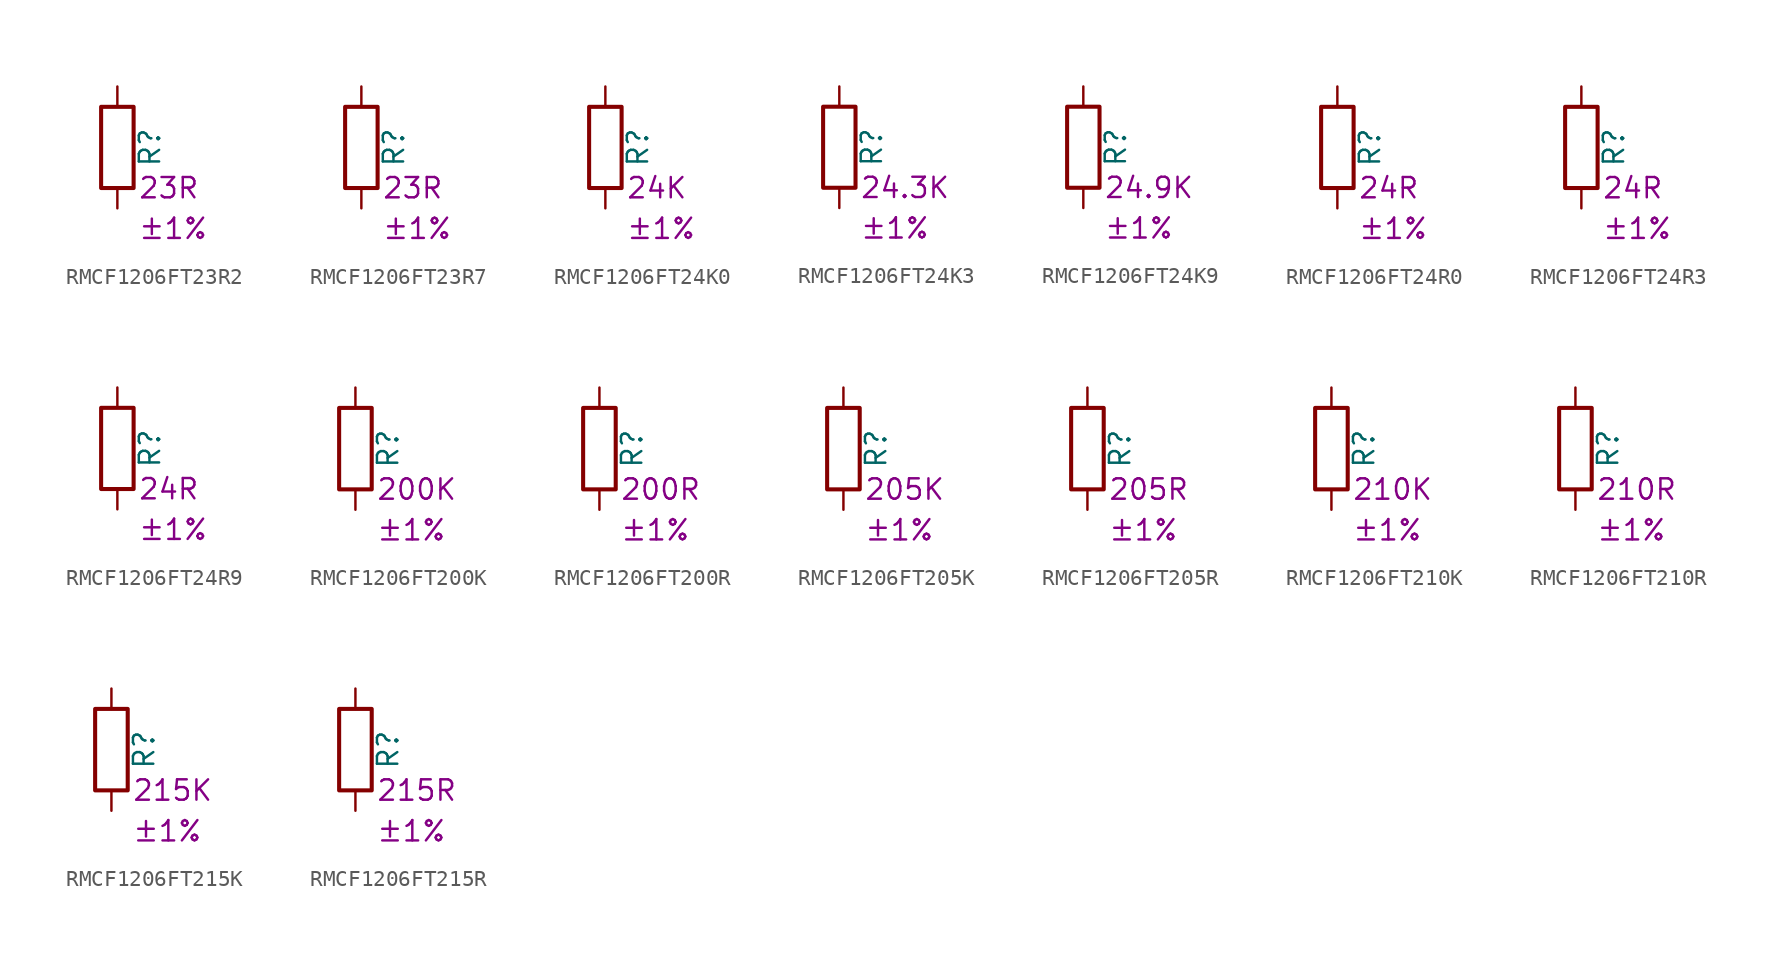
<source format=kicad_sym>
(kicad_symbol_lib
  (version 20220914)
  (generator kicad_symbol_editor)
  (symbol "RMCF1206FT23R2"
    (pin_numbers hide)
    (pin_names
      (offset 0))
    (property "Reference" "R"
      (at 2.032 0 90)
      (effects (font (size 1.27 1.27))))
    (property "Resistance" "23R"
      (at 1.27 -2.54 0)
      (effects (font (size 1.27 1.27)) (justify left)))
    (property "Tolerance" "±1%"
      (at 1.27 -5.08 0)
      (effects (font (size 1.27 1.27)) (justify left)))
    (symbol "RMCF1206FT23R2_0_1"
      (rectangle (start -1.016 -2.54) (end 1.016 2.54) (stroke (width 0.254) (type default)) (fill (type none))))
    (symbol "RMCF1206FT23R2_1_1"
      (pin passive line (at 0 3.81 270) (length 1.27) (name "~" (effects (font (size 1.27 1.27)))) (number "1" (effects (font (size 1.27 1.27)))))
      (pin passive line (at 0 -3.81 90) (length 1.27) (name "~" (effects (font (size 1.27 1.27)))) (number "2" (effects (font (size 1.27 1.27)))))))
  (symbol "RMCF1206FT23R7"
    (pin_numbers hide)
    (pin_names
      (offset 0))
    (property "Reference" "R"
      (at 2.032 0 90)
      (effects (font (size 1.27 1.27))))
    (property "Resistance" "23R"
      (at 1.27 -2.54 0)
      (effects (font (size 1.27 1.27)) (justify left)))
    (property "Tolerance" "±1%"
      (at 1.27 -5.08 0)
      (effects (font (size 1.27 1.27)) (justify left)))
    (symbol "RMCF1206FT23R7_0_1"
      (rectangle (start -1.016 -2.54) (end 1.016 2.54) (stroke (width 0.254) (type default)) (fill (type none))))
    (symbol "RMCF1206FT23R7_1_1"
      (pin passive line (at 0 3.81 270) (length 1.27) (name "~" (effects (font (size 1.27 1.27)))) (number "1" (effects (font (size 1.27 1.27)))))
      (pin passive line (at 0 -3.81 90) (length 1.27) (name "~" (effects (font (size 1.27 1.27)))) (number "2" (effects (font (size 1.27 1.27)))))))
  (symbol "RMCF1206FT24K0"
    (pin_numbers hide)
    (pin_names
      (offset 0))
    (property "Reference" "R"
      (at 2.032 0 90)
      (effects (font (size 1.27 1.27))))
    (property "Resistance" "24K"
      (at 1.27 -2.54 0)
      (effects (font (size 1.27 1.27)) (justify left)))
    (property "Tolerance" "±1%"
      (at 1.27 -5.08 0)
      (effects (font (size 1.27 1.27)) (justify left)))
    (symbol "RMCF1206FT24K0_0_1"
      (rectangle (start -1.016 -2.54) (end 1.016 2.54) (stroke (width 0.254) (type default)) (fill (type none))))
    (symbol "RMCF1206FT24K0_1_1"
      (pin passive line (at 0 3.81 270) (length 1.27) (name "~" (effects (font (size 1.27 1.27)))) (number "1" (effects (font (size 1.27 1.27)))))
      (pin passive line (at 0 -3.81 90) (length 1.27) (name "~" (effects (font (size 1.27 1.27)))) (number "2" (effects (font (size 1.27 1.27)))))))
  (symbol "RMCF1206FT24K3"
    (pin_numbers hide)
    (pin_names
      (offset 0))
    (property "Reference" "R"
      (at 2.032 0 90)
      (effects (font (size 1.27 1.27))))
    (property "Resistance" "24.3K"
      (at 1.27 -2.54 0)
      (effects (font (size 1.27 1.27)) (justify left)))
    (property "Tolerance" "±1%"
      (at 1.27 -5.08 0)
      (effects (font (size 1.27 1.27)) (justify left)))
    (symbol "RMCF1206FT24K3_0_1"
      (rectangle (start -1.016 -2.54) (end 1.016 2.54) (stroke (width 0.254) (type default)) (fill (type none))))
    (symbol "RMCF1206FT24K3_1_1"
      (pin passive line (at 0 3.81 270) (length 1.27) (name "~" (effects (font (size 1.27 1.27)))) (number "1" (effects (font (size 1.27 1.27)))))
      (pin passive line (at 0 -3.81 90) (length 1.27) (name "~" (effects (font (size 1.27 1.27)))) (number "2" (effects (font (size 1.27 1.27)))))))
  (symbol "RMCF1206FT24K9"
    (pin_numbers hide)
    (pin_names
      (offset 0))
    (property "Reference" "R"
      (at 2.032 0 90)
      (effects (font (size 1.27 1.27))))
    (property "Resistance" "24.9K"
      (at 1.27 -2.54 0)
      (effects (font (size 1.27 1.27)) (justify left)))
    (property "Tolerance" "±1%"
      (at 1.27 -5.08 0)
      (effects (font (size 1.27 1.27)) (justify left)))
    (symbol "RMCF1206FT24K9_0_1"
      (rectangle (start -1.016 -2.54) (end 1.016 2.54) (stroke (width 0.254) (type default)) (fill (type none))))
    (symbol "RMCF1206FT24K9_1_1"
      (pin passive line (at 0 3.81 270) (length 1.27) (name "~" (effects (font (size 1.27 1.27)))) (number "1" (effects (font (size 1.27 1.27)))))
      (pin passive line (at 0 -3.81 90) (length 1.27) (name "~" (effects (font (size 1.27 1.27)))) (number "2" (effects (font (size 1.27 1.27)))))))
  (symbol "RMCF1206FT24R0"
    (pin_numbers hide)
    (pin_names
      (offset 0))
    (property "Reference" "R"
      (at 2.032 0 90)
      (effects (font (size 1.27 1.27))))
    (property "Resistance" "24R"
      (at 1.27 -2.54 0)
      (effects (font (size 1.27 1.27)) (justify left)))
    (property "Tolerance" "±1%"
      (at 1.27 -5.08 0)
      (effects (font (size 1.27 1.27)) (justify left)))
    (symbol "RMCF1206FT24R0_0_1"
      (rectangle (start -1.016 -2.54) (end 1.016 2.54) (stroke (width 0.254) (type default)) (fill (type none))))
    (symbol "RMCF1206FT24R0_1_1"
      (pin passive line (at 0 3.81 270) (length 1.27) (name "~" (effects (font (size 1.27 1.27)))) (number "1" (effects (font (size 1.27 1.27)))))
      (pin passive line (at 0 -3.81 90) (length 1.27) (name "~" (effects (font (size 1.27 1.27)))) (number "2" (effects (font (size 1.27 1.27)))))))
  (symbol "RMCF1206FT24R3"
    (pin_numbers hide)
    (pin_names
      (offset 0))
    (property "Reference" "R"
      (at 2.032 0 90)
      (effects (font (size 1.27 1.27))))
    (property "Resistance" "24R"
      (at 1.27 -2.54 0)
      (effects (font (size 1.27 1.27)) (justify left)))
    (property "Tolerance" "±1%"
      (at 1.27 -5.08 0)
      (effects (font (size 1.27 1.27)) (justify left)))
    (symbol "RMCF1206FT24R3_0_1"
      (rectangle (start -1.016 -2.54) (end 1.016 2.54) (stroke (width 0.254) (type default)) (fill (type none))))
    (symbol "RMCF1206FT24R3_1_1"
      (pin passive line (at 0 3.81 270) (length 1.27) (name "~" (effects (font (size 1.27 1.27)))) (number "1" (effects (font (size 1.27 1.27)))))
      (pin passive line (at 0 -3.81 90) (length 1.27) (name "~" (effects (font (size 1.27 1.27)))) (number "2" (effects (font (size 1.27 1.27)))))))
  (symbol "RMCF1206FT24R9"
    (pin_numbers hide)
    (pin_names
      (offset 0))
    (property "Reference" "R"
      (at 2.032 0 90)
      (effects (font (size 1.27 1.27))))
    (property "Resistance" "24R"
      (at 1.27 -2.54 0)
      (effects (font (size 1.27 1.27)) (justify left)))
    (property "Tolerance" "±1%"
      (at 1.27 -5.08 0)
      (effects (font (size 1.27 1.27)) (justify left)))
    (symbol "RMCF1206FT24R9_0_1"
      (rectangle (start -1.016 -2.54) (end 1.016 2.54) (stroke (width 0.254) (type default)) (fill (type none))))
    (symbol "RMCF1206FT24R9_1_1"
      (pin passive line (at 0 3.81 270) (length 1.27) (name "~" (effects (font (size 1.27 1.27)))) (number "1" (effects (font (size 1.27 1.27)))))
      (pin passive line (at 0 -3.81 90) (length 1.27) (name "~" (effects (font (size 1.27 1.27)))) (number "2" (effects (font (size 1.27 1.27)))))))
  (symbol "RMCF1206FT200K"
    (pin_numbers hide)
    (pin_names
      (offset 0))
    (property "Reference" "R"
      (at 2.032 0 90)
      (effects (font (size 1.27 1.27))))
    (property "Resistance" "200K"
      (at 1.27 -2.54 0)
      (effects (font (size 1.27 1.27)) (justify left)))
    (property "Tolerance" "±1%"
      (at 1.27 -5.08 0)
      (effects (font (size 1.27 1.27)) (justify left)))
    (symbol "RMCF1206FT200K_0_1"
      (rectangle (start -1.016 -2.54) (end 1.016 2.54) (stroke (width 0.254) (type default)) (fill (type none))))
    (symbol "RMCF1206FT200K_1_1"
      (pin passive line (at 0 3.81 270) (length 1.27) (name "~" (effects (font (size 1.27 1.27)))) (number "1" (effects (font (size 1.27 1.27)))))
      (pin passive line (at 0 -3.81 90) (length 1.27) (name "~" (effects (font (size 1.27 1.27)))) (number "2" (effects (font (size 1.27 1.27)))))))
  (symbol "RMCF1206FT200R"
    (pin_numbers hide)
    (pin_names
      (offset 0))
    (property "Reference" "R"
      (at 2.032 0 90)
      (effects (font (size 1.27 1.27))))
    (property "Resistance" "200R"
      (at 1.27 -2.54 0)
      (effects (font (size 1.27 1.27)) (justify left)))
    (property "Tolerance" "±1%"
      (at 1.27 -5.08 0)
      (effects (font (size 1.27 1.27)) (justify left)))
    (symbol "RMCF1206FT200R_0_1"
      (rectangle (start -1.016 -2.54) (end 1.016 2.54) (stroke (width 0.254) (type default)) (fill (type none))))
    (symbol "RMCF1206FT200R_1_1"
      (pin passive line (at 0 3.81 270) (length 1.27) (name "~" (effects (font (size 1.27 1.27)))) (number "1" (effects (font (size 1.27 1.27)))))
      (pin passive line (at 0 -3.81 90) (length 1.27) (name "~" (effects (font (size 1.27 1.27)))) (number "2" (effects (font (size 1.27 1.27)))))))
  (symbol "RMCF1206FT205K"
    (pin_numbers hide)
    (pin_names
      (offset 0))
    (property "Reference" "R"
      (at 2.032 0 90)
      (effects (font (size 1.27 1.27))))
    (property "Resistance" "205K"
      (at 1.27 -2.54 0)
      (effects (font (size 1.27 1.27)) (justify left)))
    (property "Tolerance" "±1%"
      (at 1.27 -5.08 0)
      (effects (font (size 1.27 1.27)) (justify left)))
    (symbol "RMCF1206FT205K_0_1"
      (rectangle (start -1.016 -2.54) (end 1.016 2.54) (stroke (width 0.254) (type default)) (fill (type none))))
    (symbol "RMCF1206FT205K_1_1"
      (pin passive line (at 0 3.81 270) (length 1.27) (name "~" (effects (font (size 1.27 1.27)))) (number "1" (effects (font (size 1.27 1.27)))))
      (pin passive line (at 0 -3.81 90) (length 1.27) (name "~" (effects (font (size 1.27 1.27)))) (number "2" (effects (font (size 1.27 1.27)))))))
  (symbol "RMCF1206FT205R"
    (pin_numbers hide)
    (pin_names
      (offset 0))
    (property "Reference" "R"
      (at 2.032 0 90)
      (effects (font (size 1.27 1.27))))
    (property "Resistance" "205R"
      (at 1.27 -2.54 0)
      (effects (font (size 1.27 1.27)) (justify left)))
    (property "Tolerance" "±1%"
      (at 1.27 -5.08 0)
      (effects (font (size 1.27 1.27)) (justify left)))
    (symbol "RMCF1206FT205R_0_1"
      (rectangle (start -1.016 -2.54) (end 1.016 2.54) (stroke (width 0.254) (type default)) (fill (type none))))
    (symbol "RMCF1206FT205R_1_1"
      (pin passive line (at 0 3.81 270) (length 1.27) (name "~" (effects (font (size 1.27 1.27)))) (number "1" (effects (font (size 1.27 1.27)))))
      (pin passive line (at 0 -3.81 90) (length 1.27) (name "~" (effects (font (size 1.27 1.27)))) (number "2" (effects (font (size 1.27 1.27)))))))
  (symbol "RMCF1206FT210K"
    (pin_numbers hide)
    (pin_names
      (offset 0))
    (property "Reference" "R"
      (at 2.032 0 90)
      (effects (font (size 1.27 1.27))))
    (property "Resistance" "210K"
      (at 1.27 -2.54 0)
      (effects (font (size 1.27 1.27)) (justify left)))
    (property "Tolerance" "±1%"
      (at 1.27 -5.08 0)
      (effects (font (size 1.27 1.27)) (justify left)))
    (symbol "RMCF1206FT210K_0_1"
      (rectangle (start -1.016 -2.54) (end 1.016 2.54) (stroke (width 0.254) (type default)) (fill (type none))))
    (symbol "RMCF1206FT210K_1_1"
      (pin passive line (at 0 3.81 270) (length 1.27) (name "~" (effects (font (size 1.27 1.27)))) (number "1" (effects (font (size 1.27 1.27)))))
      (pin passive line (at 0 -3.81 90) (length 1.27) (name "~" (effects (font (size 1.27 1.27)))) (number "2" (effects (font (size 1.27 1.27)))))))
  (symbol "RMCF1206FT210R"
    (pin_numbers hide)
    (pin_names
      (offset 0))
    (property "Reference" "R"
      (at 2.032 0 90)
      (effects (font (size 1.27 1.27))))
    (property "Resistance" "210R"
      (at 1.27 -2.54 0)
      (effects (font (size 1.27 1.27)) (justify left)))
    (property "Tolerance" "±1%"
      (at 1.27 -5.08 0)
      (effects (font (size 1.27 1.27)) (justify left)))
    (symbol "RMCF1206FT210R_0_1"
      (rectangle (start -1.016 -2.54) (end 1.016 2.54) (stroke (width 0.254) (type default)) (fill (type none))))
    (symbol "RMCF1206FT210R_1_1"
      (pin passive line (at 0 3.81 270) (length 1.27) (name "~" (effects (font (size 1.27 1.27)))) (number "1" (effects (font (size 1.27 1.27)))))
      (pin passive line (at 0 -3.81 90) (length 1.27) (name "~" (effects (font (size 1.27 1.27)))) (number "2" (effects (font (size 1.27 1.27)))))))
  (symbol "RMCF1206FT215K"
    (pin_numbers hide)
    (pin_names
      (offset 0))
    (property "Reference" "R"
      (at 2.032 0 90)
      (effects (font (size 1.27 1.27))))
    (property "Resistance" "215K"
      (at 1.27 -2.54 0)
      (effects (font (size 1.27 1.27)) (justify left)))
    (property "Tolerance" "±1%"
      (at 1.27 -5.08 0)
      (effects (font (size 1.27 1.27)) (justify left)))
    (symbol "RMCF1206FT215K_0_1"
      (rectangle (start -1.016 -2.54) (end 1.016 2.54) (stroke (width 0.254) (type default)) (fill (type none))))
    (symbol "RMCF1206FT215K_1_1"
      (pin passive line (at 0 3.81 270) (length 1.27) (name "~" (effects (font (size 1.27 1.27)))) (number "1" (effects (font (size 1.27 1.27)))))
      (pin passive line (at 0 -3.81 90) (length 1.27) (name "~" (effects (font (size 1.27 1.27)))) (number "2" (effects (font (size 1.27 1.27)))))))
  (symbol "RMCF1206FT215R"
    (pin_numbers hide)
    (pin_names
      (offset 0))
    (property "Reference" "R"
      (at 2.032 0 90)
      (effects (font (size 1.27 1.27))))
    (property "Resistance" "215R"
      (at 1.27 -2.54 0)
      (effects (font (size 1.27 1.27)) (justify left)))
    (property "Tolerance" "±1%"
      (at 1.27 -5.08 0)
      (effects (font (size 1.27 1.27)) (justify left)))
    (symbol "RMCF1206FT215R_0_1"
      (rectangle (start -1.016 -2.54) (end 1.016 2.54) (stroke (width 0.254) (type default)) (fill (type none))))
    (symbol "RMCF1206FT215R_1_1"
      (pin passive line (at 0 3.81 270) (length 1.27) (name "~" (effects (font (size 1.27 1.27)))) (number "1" (effects (font (size 1.27 1.27)))))
      (pin passive line (at 0 -3.81 90) (length 1.27) (name "~" (effects (font (size 1.27 1.27)))) (number "2" (effects (font (size 1.27 1.27))))))))
</source>
